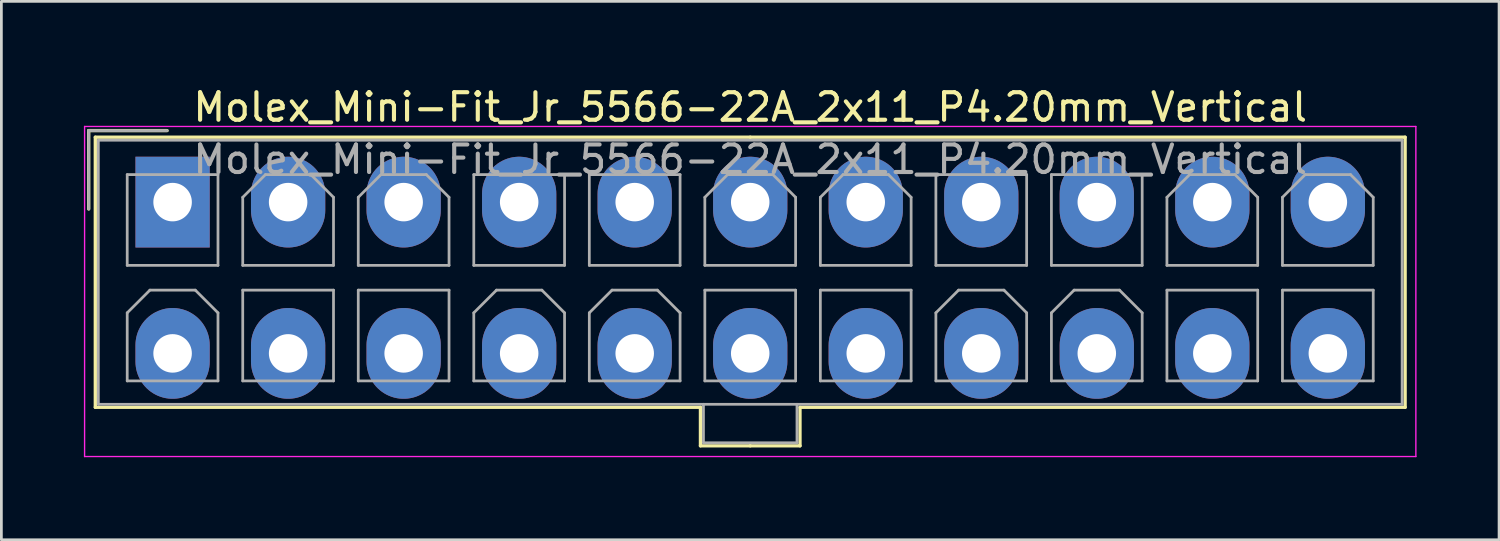
<source format=kicad_pcb>
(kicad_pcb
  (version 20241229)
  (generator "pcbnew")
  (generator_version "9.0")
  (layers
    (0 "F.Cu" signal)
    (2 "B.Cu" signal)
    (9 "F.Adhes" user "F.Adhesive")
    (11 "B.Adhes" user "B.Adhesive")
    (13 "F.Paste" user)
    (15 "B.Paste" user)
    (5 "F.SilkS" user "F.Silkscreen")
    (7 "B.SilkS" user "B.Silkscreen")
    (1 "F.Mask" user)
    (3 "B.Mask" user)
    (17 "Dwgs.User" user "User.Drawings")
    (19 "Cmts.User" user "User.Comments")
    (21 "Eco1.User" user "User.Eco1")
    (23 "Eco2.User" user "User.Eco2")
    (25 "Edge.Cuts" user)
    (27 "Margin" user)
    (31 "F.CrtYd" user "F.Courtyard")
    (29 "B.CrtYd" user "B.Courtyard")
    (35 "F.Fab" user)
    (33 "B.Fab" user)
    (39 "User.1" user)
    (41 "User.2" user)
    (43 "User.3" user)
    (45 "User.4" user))
  (footprint "Molex_Mini-Fit_Jr_5566-22A_2x11_P4.20mm_Vertical"
    (layer "F.Cu")
    (at 3.225 4.298)
    (property "Reference" "Molex_Mini-Fit_Jr_5566-22A_2x11_P4.20mm_Vertical" (at 21 -3.45 0) (layer "F.SilkS") (effects (font (size 1 1) (thickness 0.15))))
    (attr through_hole)
    (fp_line (start -3.05 -2.6) (end -3.05 0.25) (stroke (width 0.12) (type solid)) (layer "F.SilkS"))
    (fp_line (start -2.81 -2.36) (end -2.81 7.46) (stroke (width 0.12) (type solid)) (layer "F.SilkS"))
    (fp_line (start -2.81 7.46) (end 19.19 7.46) (stroke (width 0.12) (type solid)) (layer "F.SilkS"))
    (fp_line (start -0.2 -2.6) (end -3.05 -2.6) (stroke (width 0.12) (type solid)) (layer "F.SilkS"))
    (fp_line (start 19.19 7.46) (end 19.19 8.86) (stroke (width 0.12) (type solid)) (layer "F.SilkS"))
    (fp_line (start 19.19 8.86) (end 21 8.86) (stroke (width 0.12) (type solid)) (layer "F.SilkS"))
    (fp_line (start 21 -2.36) (end -2.81 -2.36) (stroke (width 0.12) (type solid)) (layer "F.SilkS"))
    (fp_line (start 21 -2.36) (end 44.81 -2.36) (stroke (width 0.12) (type solid)) (layer "F.SilkS"))
    (fp_line (start 22.81 7.46) (end 22.81 8.86) (stroke (width 0.12) (type solid)) (layer "F.SilkS"))
    (fp_line (start 22.81 8.86) (end 21 8.86) (stroke (width 0.12) (type solid)) (layer "F.SilkS"))
    (fp_line (start 44.81 -2.36) (end 44.81 7.46) (stroke (width 0.12) (type solid)) (layer "F.SilkS"))
    (fp_line (start 44.81 7.46) (end 22.81 7.46) (stroke (width 0.12) (type solid)) (layer "F.SilkS"))
    (fp_line (start -3.2 -2.75) (end -3.2 9.25) (stroke (width 0.05) (type solid)) (layer "F.CrtYd"))
    (fp_line (start -3.2 9.25) (end 45.2 9.25) (stroke (width 0.05) (type solid)) (layer "F.CrtYd"))
    (fp_line (start 45.2 -2.75) (end -3.2 -2.75) (stroke (width 0.05) (type solid)) (layer "F.CrtYd"))
    (fp_line (start 45.2 9.25) (end 45.2 -2.75) (stroke (width 0.05) (type solid)) (layer "F.CrtYd"))
    (fp_line (start -3.05 -2.6) (end -3.05 0.25) (stroke (width 0.1) (type solid)) (layer "F.Fab"))
    (fp_line (start -2.7 -2.25) (end -2.7 7.35) (stroke (width 0.1) (type solid)) (layer "F.Fab"))
    (fp_line (start -2.7 7.35) (end 44.7 7.35) (stroke (width 0.1) (type solid)) (layer "F.Fab"))
    (fp_line (start -1.65 -1) (end -1.65 2.3) (stroke (width 0.1) (type solid)) (layer "F.Fab"))
    (fp_line (start -1.65 2.3) (end 1.65 2.3) (stroke (width 0.1) (type solid)) (layer "F.Fab"))
    (fp_line (start -1.65 4.025) (end -0.825 3.2) (stroke (width 0.1) (type solid)) (layer "F.Fab"))
    (fp_line (start -1.65 6.5) (end -1.65 4.025) (stroke (width 0.1) (type solid)) (layer "F.Fab"))
    (fp_line (start -0.825 3.2) (end 0.825 3.2) (stroke (width 0.1) (type solid)) (layer "F.Fab"))
    (fp_line (start -0.2 -2.6) (end -3.05 -2.6) (stroke (width 0.1) (type solid)) (layer "F.Fab"))
    (fp_line (start 0.825 3.2) (end 1.65 4.025) (stroke (width 0.1) (type solid)) (layer "F.Fab"))
    (fp_line (start 1.65 -1) (end -1.65 -1) (stroke (width 0.1) (type solid)) (layer "F.Fab"))
    (fp_line (start 1.65 2.3) (end 1.65 -1) (stroke (width 0.1) (type solid)) (layer "F.Fab"))
    (fp_line (start 1.65 4.025) (end 1.65 6.5) (stroke (width 0.1) (type solid)) (layer "F.Fab"))
    (fp_line (start 1.65 6.5) (end -1.65 6.5) (stroke (width 0.1) (type solid)) (layer "F.Fab"))
    (fp_line (start 2.55 -0.175) (end 3.375 -1) (stroke (width 0.1) (type solid)) (layer "F.Fab"))
    (fp_line (start 2.55 2.3) (end 2.55 -0.175) (stroke (width 0.1) (type solid)) (layer "F.Fab"))
    (fp_line (start 2.55 3.2) (end 2.55 6.5) (stroke (width 0.1) (type solid)) (layer "F.Fab"))
    (fp_line (start 2.55 6.5) (end 5.85 6.5) (stroke (width 0.1) (type solid)) (layer "F.Fab"))
    (fp_line (start 3.375 -1) (end 5.025 -1) (stroke (width 0.1) (type solid)) (layer "F.Fab"))
    (fp_line (start 5.025 -1) (end 5.85 -0.175) (stroke (width 0.1) (type solid)) (layer "F.Fab"))
    (fp_line (start 5.85 -0.175) (end 5.85 2.3) (stroke (width 0.1) (type solid)) (layer "F.Fab"))
    (fp_line (start 5.85 2.3) (end 2.55 2.3) (stroke (width 0.1) (type solid)) (layer "F.Fab"))
    (fp_line (start 5.85 3.2) (end 2.55 3.2) (stroke (width 0.1) (type solid)) (layer "F.Fab"))
    (fp_line (start 5.85 6.5) (end 5.85 3.2) (stroke (width 0.1) (type solid)) (layer "F.Fab"))
    (fp_line (start 6.75 -0.175) (end 7.575 -1) (stroke (width 0.1) (type solid)) (layer "F.Fab"))
    (fp_line (start 6.75 2.3) (end 6.75 -0.175) (stroke (width 0.1) (type solid)) (layer "F.Fab"))
    (fp_line (start 6.75 3.2) (end 6.75 6.5) (stroke (width 0.1) (type solid)) (layer "F.Fab"))
    (fp_line (start 6.75 6.5) (end 10.05 6.5) (stroke (width 0.1) (type solid)) (layer "F.Fab"))
    (fp_line (start 7.575 -1) (end 9.225 -1) (stroke (width 0.1) (type solid)) (layer "F.Fab"))
    (fp_line (start 9.225 -1) (end 10.05 -0.175) (stroke (width 0.1) (type solid)) (layer "F.Fab"))
    (fp_line (start 10.05 -0.175) (end 10.05 2.3) (stroke (width 0.1) (type solid)) (layer "F.Fab"))
    (fp_line (start 10.05 2.3) (end 6.75 2.3) (stroke (width 0.1) (type solid)) (layer "F.Fab"))
    (fp_line (start 10.05 3.2) (end 6.75 3.2) (stroke (width 0.1) (type solid)) (layer "F.Fab"))
    (fp_line (start 10.05 6.5) (end 10.05 3.2) (stroke (width 0.1) (type solid)) (layer "F.Fab"))
    (fp_line (start 10.95 -1) (end 10.95 2.3) (stroke (width 0.1) (type solid)) (layer "F.Fab"))
    (fp_line (start 10.95 2.3) (end 14.25 2.3) (stroke (width 0.1) (type solid)) (layer "F.Fab"))
    (fp_line (start 10.95 4.025) (end 11.775 3.2) (stroke (width 0.1) (type solid)) (layer "F.Fab"))
    (fp_line (start 10.95 6.5) (end 10.95 4.025) (stroke (width 0.1) (type solid)) (layer "F.Fab"))
    (fp_line (start 11.775 3.2) (end 13.425 3.2) (stroke (width 0.1) (type solid)) (layer "F.Fab"))
    (fp_line (start 13.425 3.2) (end 14.25 4.025) (stroke (width 0.1) (type solid)) (layer "F.Fab"))
    (fp_line (start 14.25 -1) (end 10.95 -1) (stroke (width 0.1) (type solid)) (layer "F.Fab"))
    (fp_line (start 14.25 2.3) (end 14.25 -1) (stroke (width 0.1) (type solid)) (layer "F.Fab"))
    (fp_line (start 14.25 4.025) (end 14.25 6.5) (stroke (width 0.1) (type solid)) (layer "F.Fab"))
    (fp_line (start 14.25 6.5) (end 10.95 6.5) (stroke (width 0.1) (type solid)) (layer "F.Fab"))
    (fp_line (start 15.15 -1) (end 15.15 2.3) (stroke (width 0.1) (type solid)) (layer "F.Fab"))
    (fp_line (start 15.15 2.3) (end 18.45 2.3) (stroke (width 0.1) (type solid)) (layer "F.Fab"))
    (fp_line (start 15.15 4.025) (end 15.975 3.2) (stroke (width 0.1) (type solid)) (layer "F.Fab"))
    (fp_line (start 15.15 6.5) (end 15.15 4.025) (stroke (width 0.1) (type solid)) (layer "F.Fab"))
    (fp_line (start 15.975 3.2) (end 17.625 3.2) (stroke (width 0.1) (type solid)) (layer "F.Fab"))
    (fp_line (start 17.625 3.2) (end 18.45 4.025) (stroke (width 0.1) (type solid)) (layer "F.Fab"))
    (fp_line (start 18.45 -1) (end 15.15 -1) (stroke (width 0.1) (type solid)) (layer "F.Fab"))
    (fp_line (start 18.45 2.3) (end 18.45 -1) (stroke (width 0.1) (type solid)) (layer "F.Fab"))
    (fp_line (start 18.45 4.025) (end 18.45 6.5) (stroke (width 0.1) (type solid)) (layer "F.Fab"))
    (fp_line (start 18.45 6.5) (end 15.15 6.5) (stroke (width 0.1) (type solid)) (layer "F.Fab"))
    (fp_line (start 19.3 7.35) (end 19.3 8.75) (stroke (width 0.1) (type solid)) (layer "F.Fab"))
    (fp_line (start 19.3 8.75) (end 22.7 8.75) (stroke (width 0.1) (type solid)) (layer "F.Fab"))
    (fp_line (start 19.35 -0.175) (end 20.175 -1) (stroke (width 0.1) (type solid)) (layer "F.Fab"))
    (fp_line (start 19.35 2.3) (end 19.35 -0.175) (stroke (width 0.1) (type solid)) (layer "F.Fab"))
    (fp_line (start 19.35 3.2) (end 19.35 6.5) (stroke (width 0.1) (type solid)) (layer "F.Fab"))
    (fp_line (start 19.35 6.5) (end 22.65 6.5) (stroke (width 0.1) (type solid)) (layer "F.Fab"))
    (fp_line (start 20.175 -1) (end 21.825 -1) (stroke (width 0.1) (type solid)) (layer "F.Fab"))
    (fp_line (start 21.825 -1) (end 22.65 -0.175) (stroke (width 0.1) (type solid)) (layer "F.Fab"))
    (fp_line (start 22.65 -0.175) (end 22.65 2.3) (stroke (width 0.1) (type solid)) (layer "F.Fab"))
    (fp_line (start 22.65 2.3) (end 19.35 2.3) (stroke (width 0.1) (type solid)) (layer "F.Fab"))
    (fp_line (start 22.65 3.2) (end 19.35 3.2) (stroke (width 0.1) (type solid)) (layer "F.Fab"))
    (fp_line (start 22.65 6.5) (end 22.65 3.2) (stroke (width 0.1) (type solid)) (layer "F.Fab"))
    (fp_line (start 22.7 8.75) (end 22.7 7.35) (stroke (width 0.1) (type solid)) (layer "F.Fab"))
    (fp_line (start 23.55 -0.175) (end 24.375 -1) (stroke (width 0.1) (type solid)) (layer "F.Fab"))
    (fp_line (start 23.55 2.3) (end 23.55 -0.175) (stroke (width 0.1) (type solid)) (layer "F.Fab"))
    (fp_line (start 23.55 3.2) (end 23.55 6.5) (stroke (width 0.1) (type solid)) (layer "F.Fab"))
    (fp_line (start 23.55 6.5) (end 26.85 6.5) (stroke (width 0.1) (type solid)) (layer "F.Fab"))
    (fp_line (start 24.375 -1) (end 26.025 -1) (stroke (width 0.1) (type solid)) (layer "F.Fab"))
    (fp_line (start 26.025 -1) (end 26.85 -0.175) (stroke (width 0.1) (type solid)) (layer "F.Fab"))
    (fp_line (start 26.85 -0.175) (end 26.85 2.3) (stroke (width 0.1) (type solid)) (layer "F.Fab"))
    (fp_line (start 26.85 2.3) (end 23.55 2.3) (stroke (width 0.1) (type solid)) (layer "F.Fab"))
    (fp_line (start 26.85 3.2) (end 23.55 3.2) (stroke (width 0.1) (type solid)) (layer "F.Fab"))
    (fp_line (start 26.85 6.5) (end 26.85 3.2) (stroke (width 0.1) (type solid)) (layer "F.Fab"))
    (fp_line (start 27.75 -1) (end 27.75 2.3) (stroke (width 0.1) (type solid)) (layer "F.Fab"))
    (fp_line (start 27.75 2.3) (end 31.05 2.3) (stroke (width 0.1) (type solid)) (layer "F.Fab"))
    (fp_line (start 27.75 4.025) (end 28.575 3.2) (stroke (width 0.1) (type solid)) (layer "F.Fab"))
    (fp_line (start 27.75 6.5) (end 27.75 4.025) (stroke (width 0.1) (type solid)) (layer "F.Fab"))
    (fp_line (start 28.575 3.2) (end 30.225 3.2) (stroke (width 0.1) (type solid)) (layer "F.Fab"))
    (fp_line (start 30.225 3.2) (end 31.05 4.025) (stroke (width 0.1) (type solid)) (layer "F.Fab"))
    (fp_line (start 31.05 -1) (end 27.75 -1) (stroke (width 0.1) (type solid)) (layer "F.Fab"))
    (fp_line (start 31.05 2.3) (end 31.05 -1) (stroke (width 0.1) (type solid)) (layer "F.Fab"))
    (fp_line (start 31.05 4.025) (end 31.05 6.5) (stroke (width 0.1) (type solid)) (layer "F.Fab"))
    (fp_line (start 31.05 6.5) (end 27.75 6.5) (stroke (width 0.1) (type solid)) (layer "F.Fab"))
    (fp_line (start 31.95 -1) (end 31.95 2.3) (stroke (width 0.1) (type solid)) (layer "F.Fab"))
    (fp_line (start 31.95 2.3) (end 35.25 2.3) (stroke (width 0.1) (type solid)) (layer "F.Fab"))
    (fp_line (start 31.95 4.025) (end 32.775 3.2) (stroke (width 0.1) (type solid)) (layer "F.Fab"))
    (fp_line (start 31.95 6.5) (end 31.95 4.025) (stroke (width 0.1) (type solid)) (layer "F.Fab"))
    (fp_line (start 32.775 3.2) (end 34.425 3.2) (stroke (width 0.1) (type solid)) (layer "F.Fab"))
    (fp_line (start 34.425 3.2) (end 35.25 4.025) (stroke (width 0.1) (type solid)) (layer "F.Fab"))
    (fp_line (start 35.25 -1) (end 31.95 -1) (stroke (width 0.1) (type solid)) (layer "F.Fab"))
    (fp_line (start 35.25 2.3) (end 35.25 -1) (stroke (width 0.1) (type solid)) (layer "F.Fab"))
    (fp_line (start 35.25 4.025) (end 35.25 6.5) (stroke (width 0.1) (type solid)) (layer "F.Fab"))
    (fp_line (start 35.25 6.5) (end 31.95 6.5) (stroke (width 0.1) (type solid)) (layer "F.Fab"))
    (fp_line (start 36.15 -0.175) (end 36.975 -1) (stroke (width 0.1) (type solid)) (layer "F.Fab"))
    (fp_line (start 36.15 2.3) (end 36.15 -0.175) (stroke (width 0.1) (type solid)) (layer "F.Fab"))
    (fp_line (start 36.15 3.2) (end 36.15 6.5) (stroke (width 0.1) (type solid)) (layer "F.Fab"))
    (fp_line (start 36.15 6.5) (end 39.45 6.5) (stroke (width 0.1) (type solid)) (layer "F.Fab"))
    (fp_line (start 36.975 -1) (end 38.625 -1) (stroke (width 0.1) (type solid)) (layer "F.Fab"))
    (fp_line (start 38.625 -1) (end 39.45 -0.175) (stroke (width 0.1) (type solid)) (layer "F.Fab"))
    (fp_line (start 39.45 -0.175) (end 39.45 2.3) (stroke (width 0.1) (type solid)) (layer "F.Fab"))
    (fp_line (start 39.45 2.3) (end 36.15 2.3) (stroke (width 0.1) (type solid)) (layer "F.Fab"))
    (fp_line (start 39.45 3.2) (end 36.15 3.2) (stroke (width 0.1) (type solid)) (layer "F.Fab"))
    (fp_line (start 39.45 6.5) (end 39.45 3.2) (stroke (width 0.1) (type solid)) (layer "F.Fab"))
    (fp_line (start 40.35 -0.175) (end 41.175 -1) (stroke (width 0.1) (type solid)) (layer "F.Fab"))
    (fp_line (start 40.35 2.3) (end 40.35 -0.175) (stroke (width 0.1) (type solid)) (layer "F.Fab"))
    (fp_line (start 40.35 3.2) (end 40.35 6.5) (stroke (width 0.1) (type solid)) (layer "F.Fab"))
    (fp_line (start 40.35 6.5) (end 43.65 6.5) (stroke (width 0.1) (type solid)) (layer "F.Fab"))
    (fp_line (start 41.175 -1) (end 42.825 -1) (stroke (width 0.1) (type solid)) (layer "F.Fab"))
    (fp_line (start 42.825 -1) (end 43.65 -0.175) (stroke (width 0.1) (type solid)) (layer "F.Fab"))
    (fp_line (start 43.65 -0.175) (end 43.65 2.3) (stroke (width 0.1) (type solid)) (layer "F.Fab"))
    (fp_line (start 43.65 2.3) (end 40.35 2.3) (stroke (width 0.1) (type solid)) (layer "F.Fab"))
    (fp_line (start 43.65 3.2) (end 40.35 3.2) (stroke (width 0.1) (type solid)) (layer "F.Fab"))
    (fp_line (start 43.65 6.5) (end 43.65 3.2) (stroke (width 0.1) (type solid)) (layer "F.Fab"))
    (fp_line (start 44.7 -2.25) (end -2.7 -2.25) (stroke (width 0.1) (type solid)) (layer "F.Fab"))
    (fp_line (start 44.7 7.35) (end 44.7 -2.25) (stroke (width 0.1) (type solid)) (layer "F.Fab"))
    (fp_text user "${REFERENCE}" (at 21 -1.55 0) (layer "F.Fab") (effects (font (size 1 1) (thickness 0.15))))
    (pad "1" thru_hole rect (at 0 0) (size 2.7 3.3) (drill 1.4) (layers "*.Cu" "*.Mask"))
    (pad "2" thru_hole oval (at 4.2 0) (size 2.7 3.3) (drill 1.4) (layers "*.Cu" "*.Mask"))
    (pad "3" thru_hole oval (at 8.4 0) (size 2.7 3.3) (drill 1.4) (layers "*.Cu" "*.Mask"))
    (pad "4" thru_hole oval (at 12.6 0) (size 2.7 3.3) (drill 1.4) (layers "*.Cu" "*.Mask"))
    (pad "5" thru_hole oval (at 16.8 0) (size 2.7 3.3) (drill 1.4) (layers "*.Cu" "*.Mask"))
    (pad "6" thru_hole oval (at 21 0) (size 2.7 3.3) (drill 1.4) (layers "*.Cu" "*.Mask"))
    (pad "7" thru_hole oval (at 25.2 0) (size 2.7 3.3) (drill 1.4) (layers "*.Cu" "*.Mask"))
    (pad "8" thru_hole oval (at 29.4 0) (size 2.7 3.3) (drill 1.4) (layers "*.Cu" "*.Mask"))
    (pad "9" thru_hole oval (at 33.6 0) (size 2.7 3.3) (drill 1.4) (layers "*.Cu" "*.Mask"))
    (pad "10" thru_hole oval (at 37.8 0) (size 2.7 3.3) (drill 1.4) (layers "*.Cu" "*.Mask"))
    (pad "11" thru_hole oval (at 42 0) (size 2.7 3.3) (drill 1.4) (layers "*.Cu" "*.Mask"))
    (pad "12" thru_hole oval (at 0 5.5) (size 2.7 3.3) (drill 1.4) (layers "*.Cu" "*.Mask"))
    (pad "13" thru_hole oval (at 4.2 5.5) (size 2.7 3.3) (drill 1.4) (layers "*.Cu" "*.Mask"))
    (pad "14" thru_hole oval (at 8.4 5.5) (size 2.7 3.3) (drill 1.4) (layers "*.Cu" "*.Mask"))
    (pad "15" thru_hole oval (at 12.6 5.5) (size 2.7 3.3) (drill 1.4) (layers "*.Cu" "*.Mask"))
    (pad "16" thru_hole oval (at 16.8 5.5) (size 2.7 3.3) (drill 1.4) (layers "*.Cu" "*.Mask"))
    (pad "17" thru_hole oval (at 21 5.5) (size 2.7 3.3) (drill 1.4) (layers "*.Cu" "*.Mask"))
    (pad "18" thru_hole oval (at 25.2 5.5) (size 2.7 3.3) (drill 1.4) (layers "*.Cu" "*.Mask"))
    (pad "19" thru_hole oval (at 29.4 5.5) (size 2.7 3.3) (drill 1.4) (layers "*.Cu" "*.Mask"))
    (pad "20" thru_hole oval (at 33.6 5.5) (size 2.7 3.3) (drill 1.4) (layers "*.Cu" "*.Mask"))
    (pad "21" thru_hole oval (at 37.8 5.5) (size 2.7 3.3) (drill 1.4) (layers "*.Cu" "*.Mask"))
    (pad "22" thru_hole oval (at 42 5.5) (size 2.7 3.3) (drill 1.4) (layers "*.Cu" "*.Mask")))
  (gr_rect
    (start -3 -3)
    (end 51.45 16.573)
    (stroke (width 0.1) (type default))
    (fill no)
    (layer "Edge.Cuts")))
</source>
